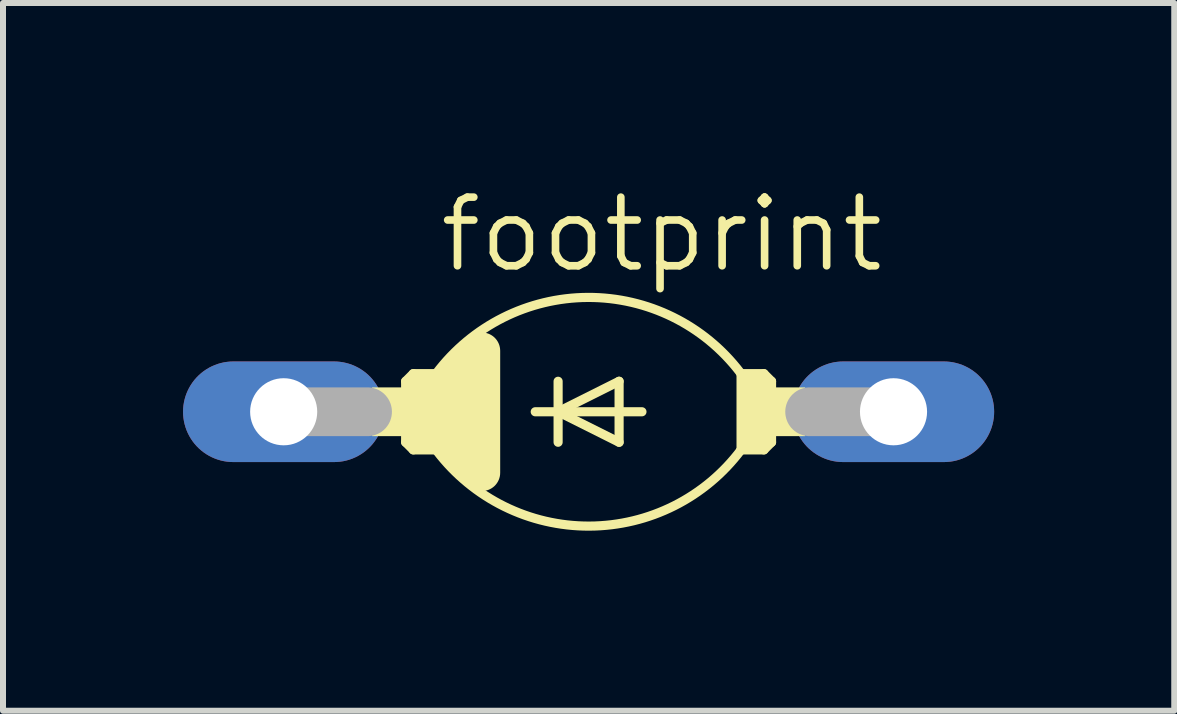
<source format=kicad_pcb>
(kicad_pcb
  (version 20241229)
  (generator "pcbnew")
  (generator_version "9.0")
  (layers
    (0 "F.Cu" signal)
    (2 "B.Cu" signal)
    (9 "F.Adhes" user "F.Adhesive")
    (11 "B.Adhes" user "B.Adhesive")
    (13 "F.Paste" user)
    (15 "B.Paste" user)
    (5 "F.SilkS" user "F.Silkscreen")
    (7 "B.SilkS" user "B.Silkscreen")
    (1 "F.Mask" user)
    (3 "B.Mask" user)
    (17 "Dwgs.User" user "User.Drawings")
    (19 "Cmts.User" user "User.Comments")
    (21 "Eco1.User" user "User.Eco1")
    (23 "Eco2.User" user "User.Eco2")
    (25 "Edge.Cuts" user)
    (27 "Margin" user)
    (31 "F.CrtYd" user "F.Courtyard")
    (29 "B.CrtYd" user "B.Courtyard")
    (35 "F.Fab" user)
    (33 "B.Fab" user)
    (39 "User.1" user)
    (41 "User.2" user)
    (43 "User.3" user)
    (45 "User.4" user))
  (footprint "footprint"
    (layer "F.Cu")
    (at 6.756 3.81)
    (property "Reference" "footprint" (at -2.54 -2.286 0) (layer "F.SilkS") (effects (font (size 1.143 1.143) (thickness 0.127)) (justify left bottom)))
    (fp_line (start -3.048 -0.508) (end -2.921 -0.635) (stroke (width 0.152) (type solid)) (layer "F.SilkS"))
    (fp_line (start -3.048 0.508) (end -3.048 -0.508) (stroke (width 0.152) (type solid)) (layer "F.SilkS"))
    (fp_line (start -3.048 0.508) (end -2.921 0.635) (stroke (width 0.152) (type solid)) (layer "F.SilkS"))
    (fp_line (start -2.794 -0.381) (end -2.794 0.381) (stroke (width 0.61) (type solid)) (layer "F.SilkS"))
    (fp_line (start -2.54 -0.635) (end -2.921 -0.635) (stroke (width 0.152) (type solid)) (layer "F.SilkS"))
    (fp_line (start -2.54 -0.635) (end -2.54 0.635) (stroke (width 0.152) (type solid)) (layer "F.SilkS"))
    (fp_line (start -2.54 0.635) (end -2.921 0.635) (stroke (width 0.152) (type solid)) (layer "F.SilkS"))
    (fp_line (start -2.286 -0.508) (end -2.286 0.508) (stroke (width 0.61) (type solid)) (layer "F.SilkS"))
    (fp_line (start -2.286 -0.508) (end -2.032 -0.762) (stroke (width 0.61) (type solid)) (layer "F.SilkS"))
    (fp_line (start -2.032 0.762) (end -2.286 0.508) (stroke (width 0.61) (type solid)) (layer "F.SilkS"))
    (fp_line (start -1.778 -1.016) (end -1.778 1.016) (stroke (width 0.61) (type solid)) (layer "F.SilkS"))
    (fp_line (start -0.889 0) (end -0.508 0) (stroke (width 0.152) (type solid)) (layer "F.SilkS"))
    (fp_line (start -0.508 -0.508) (end -0.508 0) (stroke (width 0.152) (type solid)) (layer "F.SilkS"))
    (fp_line (start -0.508 0) (end -0.508 0.508) (stroke (width 0.152) (type solid)) (layer "F.SilkS"))
    (fp_line (start -0.508 0) (end 0.508 -0.508) (stroke (width 0.152) (type solid)) (layer "F.SilkS"))
    (fp_line (start -0.508 0) (end 0.889 0) (stroke (width 0.152) (type solid)) (layer "F.SilkS"))
    (fp_line (start 0.508 -0.508) (end 0.508 0.508) (stroke (width 0.152) (type solid)) (layer "F.SilkS"))
    (fp_line (start 0.508 0.508) (end -0.508 0) (stroke (width 0.152) (type solid)) (layer "F.SilkS"))
    (fp_line (start 2.54 -0.635) (end 2.54 0.635) (stroke (width 0.152) (type solid)) (layer "F.SilkS"))
    (fp_line (start 2.54 -0.635) (end 2.921 -0.635) (stroke (width 0.152) (type solid)) (layer "F.SilkS"))
    (fp_line (start 2.54 0.635) (end 2.921 0.635) (stroke (width 0.152) (type solid)) (layer "F.SilkS"))
    (fp_line (start 2.794 -0.381) (end 2.794 0.381) (stroke (width 0.61) (type solid)) (layer "F.SilkS"))
    (fp_line (start 3.048 -0.508) (end 2.921 -0.635) (stroke (width 0.152) (type solid)) (layer "F.SilkS"))
    (fp_line (start 3.048 0.508) (end 2.921 0.635) (stroke (width 0.152) (type solid)) (layer "F.SilkS"))
    (fp_line (start 3.048 0.508) (end 3.048 -0.508) (stroke (width 0.152) (type solid)) (layer "F.SilkS"))
    (fp_arc (start -2.54 -0.635) (mid -0.012028 -1.904982) (end 2.525498 -0.6542) (stroke (width 0.1524) (type solid)) (layer "F.SilkS"))
    (fp_arc (start 2.54 0.635002) (mid 0.012027 1.904984) (end -2.5255 0.6542) (stroke (width 0.1524) (type solid)) (layer "F.SilkS"))
    (fp_poly (pts (xy -3.607 0.406) (xy -3.048 0.406) (xy -3.048 -0.406) (xy -3.607 -0.406)) (stroke (width 0) (type solid)) (fill yes) (layer "F.SilkS"))
    (fp_poly (pts (xy 3.048 0.406) (xy 3.607 0.406) (xy 3.607 -0.406) (xy 3.048 -0.406)) (stroke (width 0) (type solid)) (fill yes) (layer "F.SilkS"))
    (fp_line (start -5.08 0) (end -3.683 0) (stroke (width 0.813) (type solid)) (layer "F.Fab"))
    (fp_line (start 5.08 0) (end 3.683 0) (stroke (width 0.813) (type solid)) (layer "F.Fab"))
    (pad "A" thru_hole oval (at 5.08 0) (size 3.353 1.676) (drill 1.118) (layers "*.Cu" "*.Mask"))
    (pad "C" thru_hole oval (at -5.08 0) (size 3.353 1.676) (drill 1.118) (layers "*.Cu" "*.Mask")))
  (gr_rect
    (start -3 -3)
    (end 16.513 8.791)
    (stroke (width 0.1) (type default))
    (fill no)
    (layer "Edge.Cuts")))
</source>
